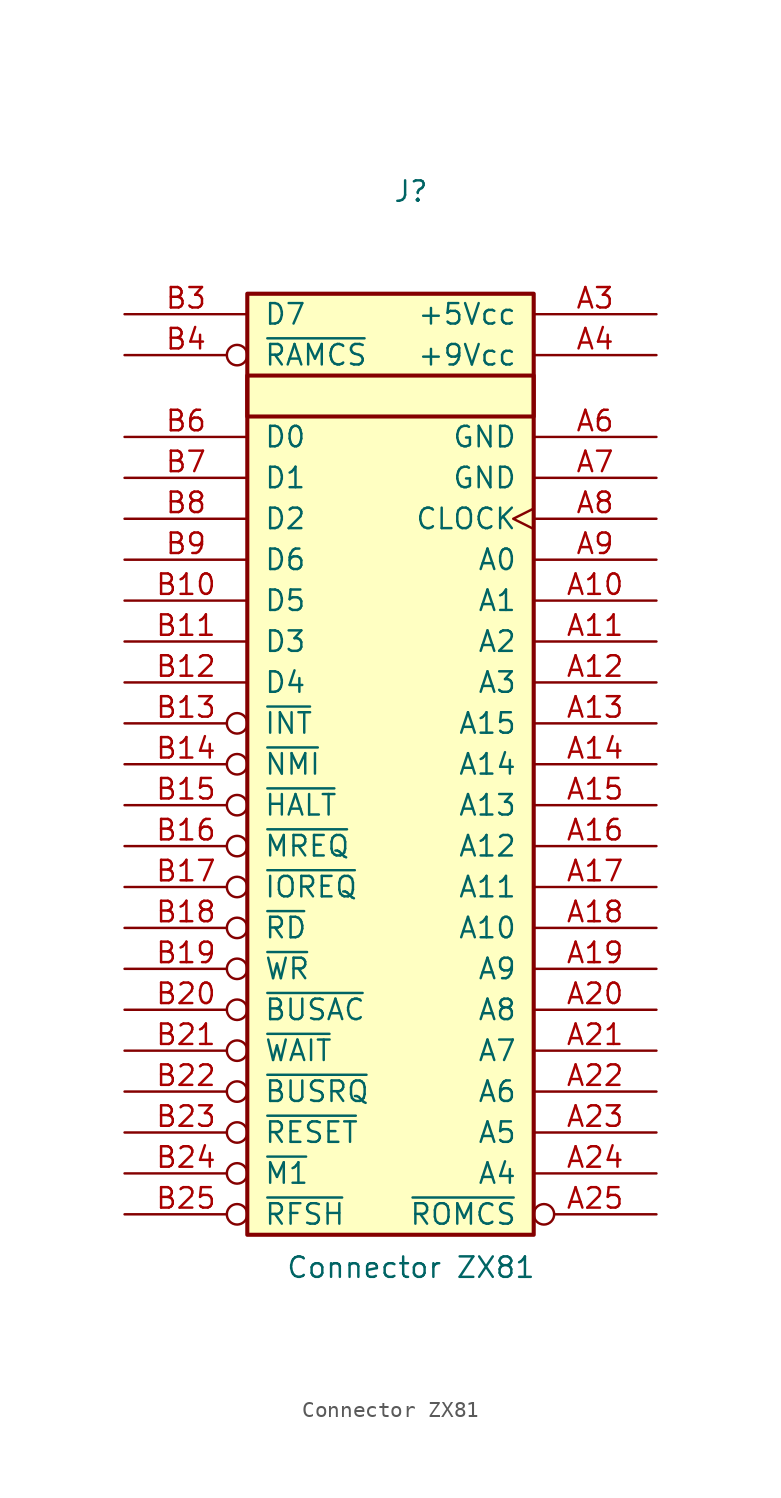
<source format=kicad_sym>
(kicad_symbol_lib
  (version 20231120)
  (generator "kicad_symbol_editor")
  (generator_version "8.0")
  (symbol "Connector ZX81"
    (pin_names
      (offset 1.016))
    (property "Reference" "J"
      (at 1.27 36.83 0)
      (effects (font (size 1.27 1.27))))
    (property "Value" "Connector ZX81"
      (at 1.27 -29.972 0)
      (effects (font (size 1.27 1.27))))
    (symbol "Connector ZX81_1_1"
      (rectangle (start -8.89 25.4) (end 8.89 22.86) (stroke (width 0.254) (type default)) (fill (type none)))
      (rectangle (start -8.89 30.48) (end 8.89 -27.94) (stroke (width 0.254) (type default)) (fill (type background)))
      (pin bidirectional line (at 16.51 11.43 180) (length 7.62) (name "A1" (effects (font (size 1.27 1.27)))) (number "A10" (effects (font (size 1.27 1.27)))))
      (pin bidirectional line (at 16.51 8.89 180) (length 7.62) (name "A2" (effects (font (size 1.27 1.27)))) (number "A11" (effects (font (size 1.27 1.27)))))
      (pin bidirectional line (at 16.51 6.35 180) (length 7.62) (name "A3" (effects (font (size 1.27 1.27)))) (number "A12" (effects (font (size 1.27 1.27)))))
      (pin bidirectional line (at 16.51 3.81 180) (length 7.62) (name "A15" (effects (font (size 1.27 1.27)))) (number "A13" (effects (font (size 1.27 1.27)))))
      (pin bidirectional line (at 16.51 1.27 180) (length 7.62) (name "A14" (effects (font (size 1.27 1.27)))) (number "A14" (effects (font (size 1.27 1.27)))))
      (pin bidirectional line (at 16.51 -1.27 180) (length 7.62) (name "A13" (effects (font (size 1.27 1.27)))) (number "A15" (effects (font (size 1.27 1.27)))))
      (pin bidirectional line (at 16.51 -3.81 180) (length 7.62) (name "A12" (effects (font (size 1.27 1.27)))) (number "A16" (effects (font (size 1.27 1.27)))))
      (pin bidirectional line (at 16.51 -6.35 180) (length 7.62) (name "A11" (effects (font (size 1.27 1.27)))) (number "A17" (effects (font (size 1.27 1.27)))))
      (pin bidirectional line (at 16.51 -8.89 180) (length 7.62) (name "A10" (effects (font (size 1.27 1.27)))) (number "A18" (effects (font (size 1.27 1.27)))))
      (pin bidirectional line (at 16.51 -11.43 180) (length 7.62) (name "A9" (effects (font (size 1.27 1.27)))) (number "A19" (effects (font (size 1.27 1.27)))))
      (pin bidirectional line (at 16.51 -13.97 180) (length 7.62) (name "A8" (effects (font (size 1.27 1.27)))) (number "A20" (effects (font (size 1.27 1.27)))))
      (pin bidirectional line (at 16.51 -16.51 180) (length 7.62) (name "A7" (effects (font (size 1.27 1.27)))) (number "A21" (effects (font (size 1.27 1.27)))))
      (pin bidirectional line (at 16.51 -19.05 180) (length 7.62) (name "A6" (effects (font (size 1.27 1.27)))) (number "A22" (effects (font (size 1.27 1.27)))))
      (pin bidirectional line (at 16.51 -21.59 180) (length 7.62) (name "A5" (effects (font (size 1.27 1.27)))) (number "A23" (effects (font (size 1.27 1.27)))))
      (pin bidirectional line (at 16.51 -24.13 180) (length 7.62) (name "A4" (effects (font (size 1.27 1.27)))) (number "A24" (effects (font (size 1.27 1.27)))))
      (pin bidirectional inverted (at 16.51 -26.67 180) (length 7.62) (name "~{ROMCS}" (effects (font (size 1.27 1.27)))) (number "A25" (effects (font (size 1.27 1.27)))))
      (pin output line (at 16.51 29.21 180) (length 7.62) (name "+5Vcc" (effects (font (size 1.27 1.27)))) (number "A3" (effects (font (size 1.27 1.27)))))
      (pin output line (at 16.51 26.67 180) (length 7.62) (name "+9Vcc" (effects (font (size 1.27 1.27)))) (number "A4" (effects (font (size 1.27 1.27)))))
      (pin passive line (at 16.51 21.59 180) (length 7.62) (name "GND" (effects (font (size 1.27 1.27)))) (number "A6" (effects (font (size 1.27 1.27)))))
      (pin passive line (at 16.51 19.05 180) (length 7.62) (name "GND" (effects (font (size 1.27 1.27)))) (number "A7" (effects (font (size 1.27 1.27)))))
      (pin bidirectional clock (at 16.51 16.51 180) (length 7.62) (name "CLOCK" (effects (font (size 1.27 1.27)))) (number "A8" (effects (font (size 1.27 1.27)))))
      (pin bidirectional line (at 16.51 13.97 180) (length 7.62) (name "A0" (effects (font (size 1.27 1.27)))) (number "A9" (effects (font (size 1.27 1.27)))))
      (pin bidirectional line (at -16.51 11.43 0) (length 7.62) (name "D5" (effects (font (size 1.27 1.27)))) (number "B10" (effects (font (size 1.27 1.27)))))
      (pin bidirectional line (at -16.51 8.89 0) (length 7.62) (name "D3" (effects (font (size 1.27 1.27)))) (number "B11" (effects (font (size 1.27 1.27)))))
      (pin bidirectional line (at -16.51 6.35 0) (length 7.62) (name "D4" (effects (font (size 1.27 1.27)))) (number "B12" (effects (font (size 1.27 1.27)))))
      (pin bidirectional inverted (at -16.51 3.81 0) (length 7.62) (name "~{INT}" (effects (font (size 1.27 1.27)))) (number "B13" (effects (font (size 1.27 1.27)))))
      (pin bidirectional inverted (at -16.51 1.27 0) (length 7.62) (name "~{NMI}" (effects (font (size 1.27 1.27)))) (number "B14" (effects (font (size 1.27 1.27)))))
      (pin bidirectional inverted (at -16.51 -1.27 0) (length 7.62) (name "~{HALT}" (effects (font (size 1.27 1.27)))) (number "B15" (effects (font (size 1.27 1.27)))))
      (pin bidirectional inverted (at -16.51 -3.81 0) (length 7.62) (name "~{MREQ}" (effects (font (size 1.27 1.27)))) (number "B16" (effects (font (size 1.27 1.27)))))
      (pin bidirectional inverted (at -16.51 -6.35 0) (length 7.62) (name "~{IOREQ}" (effects (font (size 1.27 1.27)))) (number "B17" (effects (font (size 1.27 1.27)))))
      (pin bidirectional inverted (at -16.51 -8.89 0) (length 7.62) (name "~{RD}" (effects (font (size 1.27 1.27)))) (number "B18" (effects (font (size 1.27 1.27)))))
      (pin bidirectional inverted (at -16.51 -11.43 0) (length 7.62) (name "~{WR}" (effects (font (size 1.27 1.27)))) (number "B19" (effects (font (size 1.27 1.27)))))
      (pin bidirectional inverted (at -16.51 -13.97 0) (length 7.62) (name "~{BUSAC}" (effects (font (size 1.27 1.27)))) (number "B20" (effects (font (size 1.27 1.27)))))
      (pin bidirectional inverted (at -16.51 -16.51 0) (length 7.62) (name "~{WAIT}" (effects (font (size 1.27 1.27)))) (number "B21" (effects (font (size 1.27 1.27)))))
      (pin bidirectional inverted (at -16.51 -19.05 0) (length 7.62) (name "~{BUSRQ}" (effects (font (size 1.27 1.27)))) (number "B22" (effects (font (size 1.27 1.27)))))
      (pin bidirectional inverted (at -16.51 -21.59 0) (length 7.62) (name "~{RESET}" (effects (font (size 1.27 1.27)))) (number "B23" (effects (font (size 1.27 1.27)))))
      (pin bidirectional inverted (at -16.51 -24.13 0) (length 7.62) (name "~{M1}" (effects (font (size 1.27 1.27)))) (number "B24" (effects (font (size 1.27 1.27)))))
      (pin bidirectional inverted (at -16.51 -26.67 0) (length 7.62) (name "~{RFSH}" (effects (font (size 1.27 1.27)))) (number "B25" (effects (font (size 1.27 1.27)))))
      (pin bidirectional line (at -16.51 29.21 0) (length 7.62) (name "D7" (effects (font (size 1.27 1.27)))) (number "B3" (effects (font (size 1.27 1.27)))))
      (pin input inverted (at -16.51 26.67 0) (length 7.62) (name "~{RAMCS}" (effects (font (size 1.27 1.27)))) (number "B4" (effects (font (size 1.27 1.27)))))
      (pin bidirectional line (at -16.51 21.59 0) (length 7.62) (name "D0" (effects (font (size 1.27 1.27)))) (number "B6" (effects (font (size 1.27 1.27)))))
      (pin bidirectional line (at -16.51 19.05 0) (length 7.62) (name "D1" (effects (font (size 1.27 1.27)))) (number "B7" (effects (font (size 1.27 1.27)))))
      (pin bidirectional line (at -16.51 16.51 0) (length 7.62) (name "D2" (effects (font (size 1.27 1.27)))) (number "B8" (effects (font (size 1.27 1.27)))))
      (pin bidirectional line (at -16.51 13.97 0) (length 7.62) (name "D6" (effects (font (size 1.27 1.27)))) (number "B9" (effects (font (size 1.27 1.27))))))))
</source>
